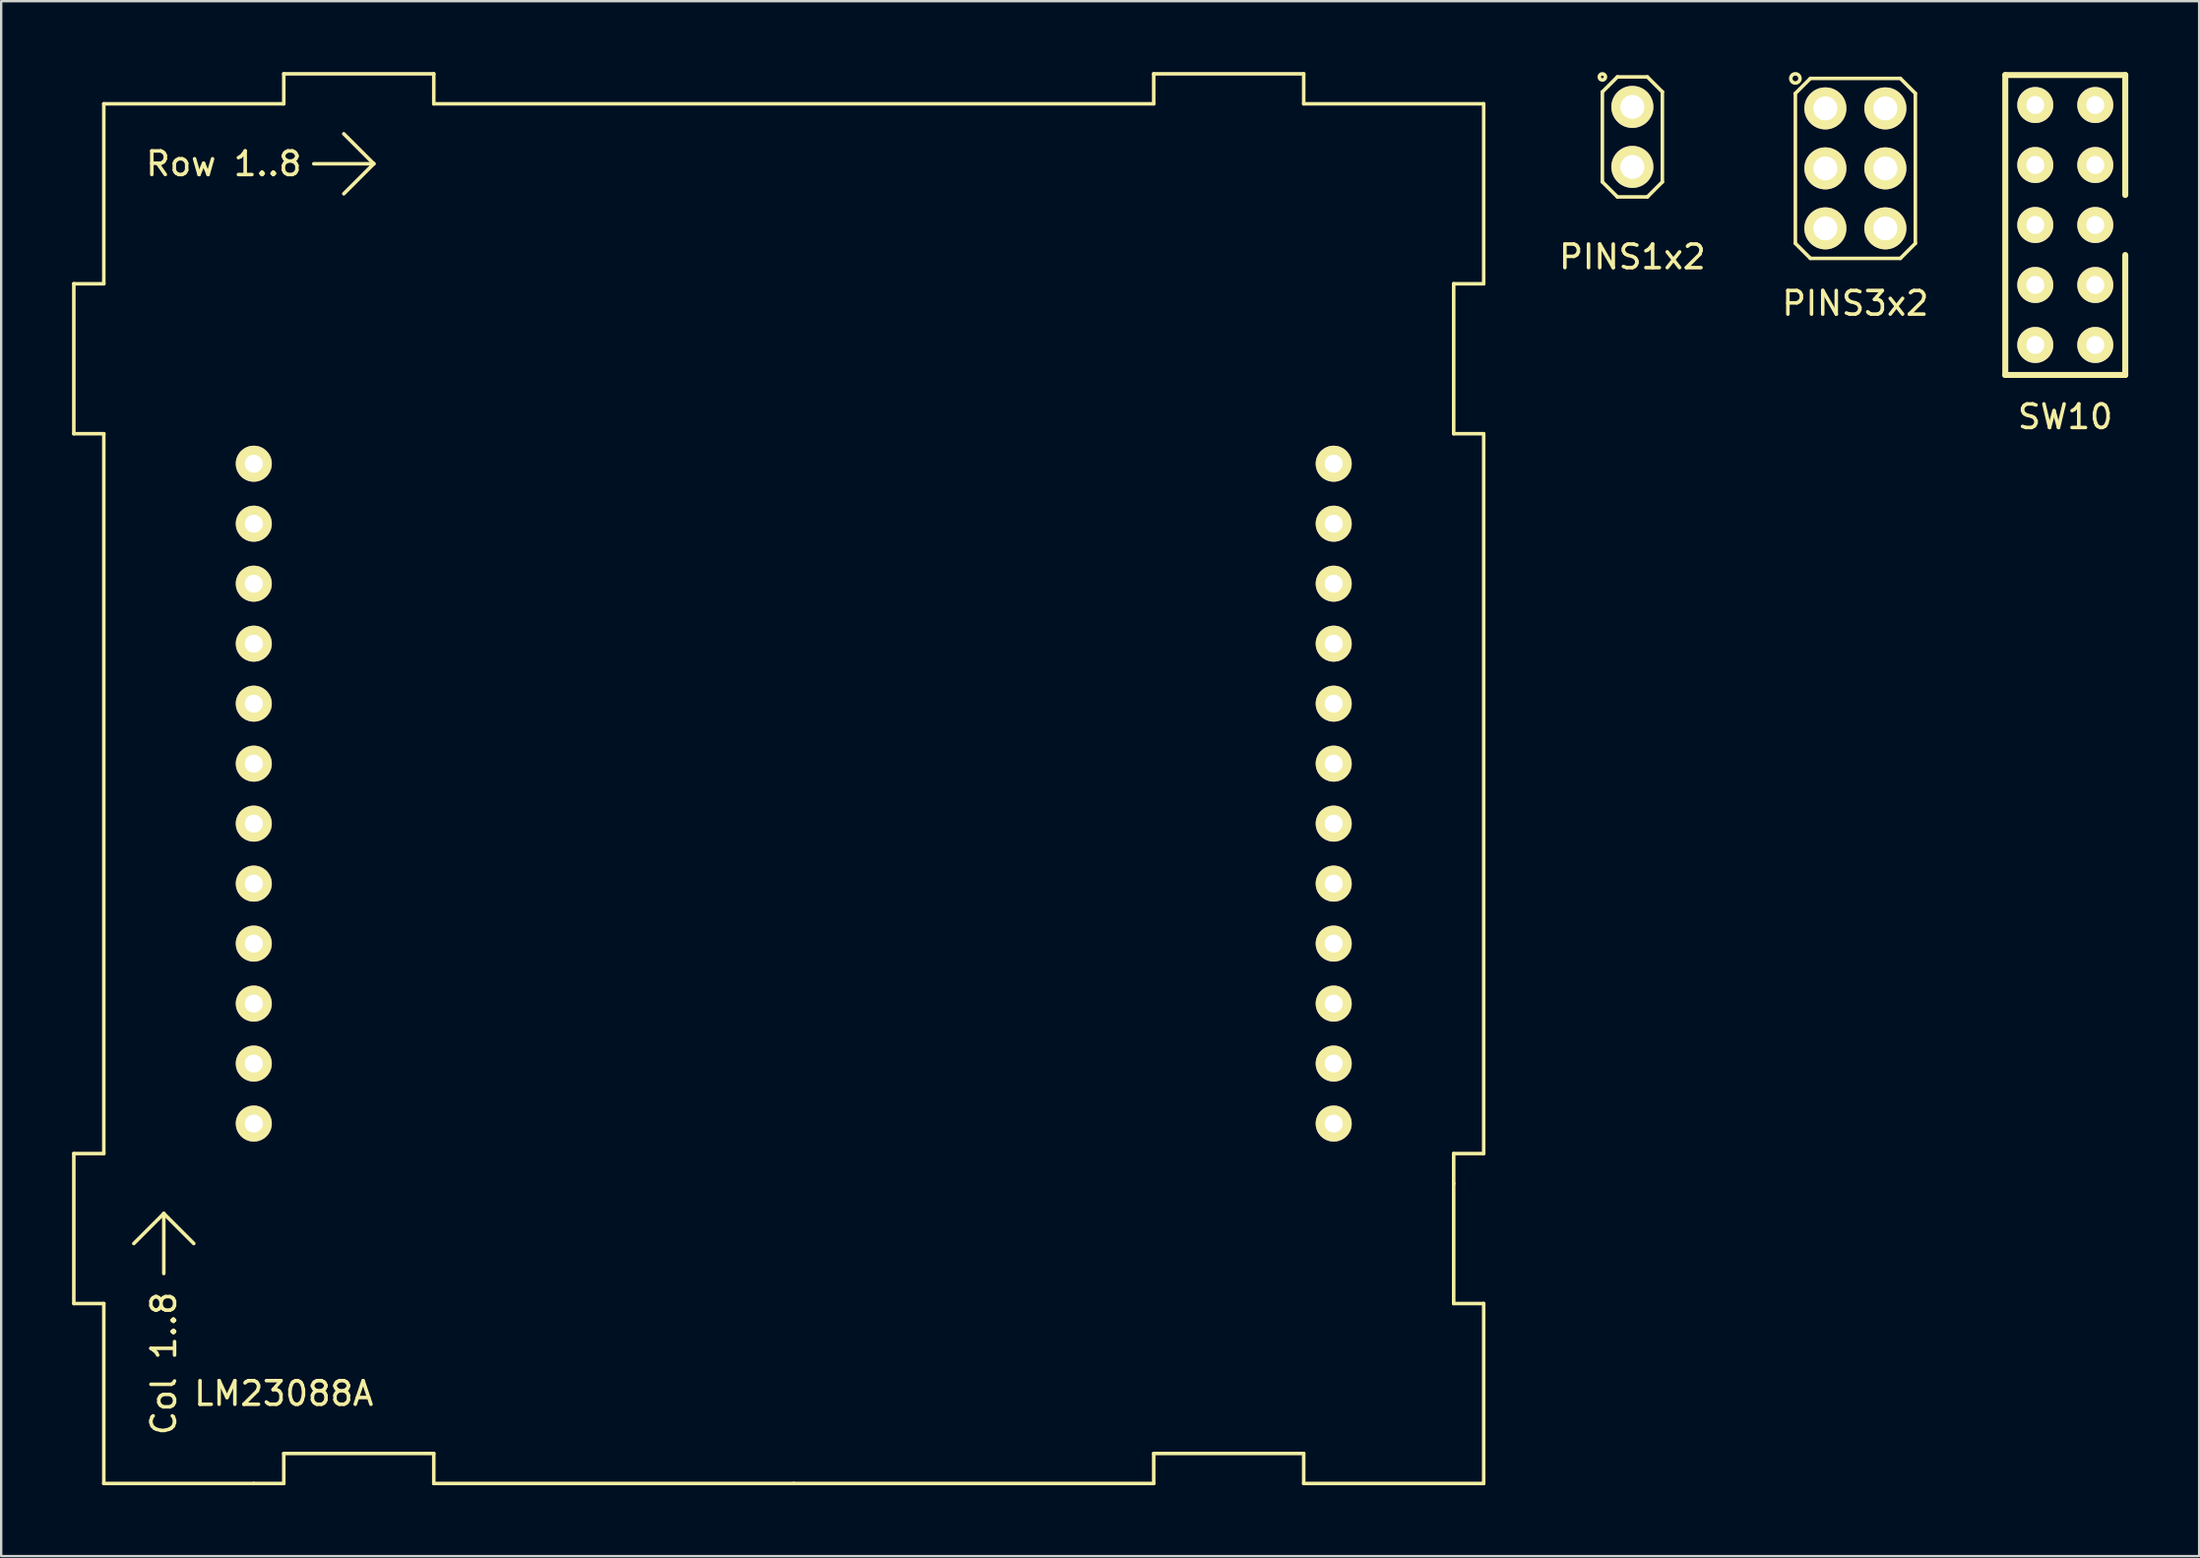
<source format=kicad_pcb>
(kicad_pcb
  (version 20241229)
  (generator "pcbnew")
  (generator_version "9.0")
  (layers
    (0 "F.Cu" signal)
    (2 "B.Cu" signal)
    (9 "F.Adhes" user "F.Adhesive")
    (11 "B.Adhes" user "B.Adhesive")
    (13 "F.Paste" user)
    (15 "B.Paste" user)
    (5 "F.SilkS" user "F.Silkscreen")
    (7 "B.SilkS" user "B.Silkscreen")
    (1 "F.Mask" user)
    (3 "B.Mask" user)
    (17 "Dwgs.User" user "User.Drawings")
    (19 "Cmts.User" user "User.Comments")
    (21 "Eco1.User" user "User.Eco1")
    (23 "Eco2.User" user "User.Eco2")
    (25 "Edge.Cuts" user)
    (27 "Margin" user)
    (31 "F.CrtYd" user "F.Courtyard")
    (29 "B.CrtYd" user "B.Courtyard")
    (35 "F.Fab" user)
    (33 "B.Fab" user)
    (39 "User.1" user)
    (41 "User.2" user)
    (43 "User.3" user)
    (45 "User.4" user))
  (footprint "SW10"
    (layer "F.Cu")
    (at 84.388 14.097)
    (property "Reference" "SW10" (at 0 0.5 0) (layer "F.SilkS") (effects (font (size 1 1) (thickness 0.15))))
    (attr through_hole)
    (fp_line (start -2.54 -13.97) (end -2.54 -1.27) (stroke (width 0.254) (type solid)) (layer "F.SilkS"))
    (fp_line (start -2.54 -1.27) (end 2.54 -1.27) (stroke (width 0.254) (type solid)) (layer "F.SilkS"))
    (fp_line (start 2.54 -13.97) (end -2.54 -13.97) (stroke (width 0.254) (type solid)) (layer "F.SilkS"))
    (fp_line (start 2.54 -8.89) (end 2.54 -13.97) (stroke (width 0.254) (type solid)) (layer "F.SilkS"))
    (fp_line (start 2.54 -1.27) (end 2.54 -6.35) (stroke (width 0.254) (type solid)) (layer "F.SilkS"))
    (pad "1" thru_hole circle (at -1.27 -12.7) (size 1.524 1.524) (drill 0.762) (layers "*.Cu" "*.Mask" "F.SilkS"))
    (pad "2" thru_hole circle (at -1.27 -10.16) (size 1.524 1.524) (drill 0.762) (layers "*.Cu" "*.Mask" "F.SilkS"))
    (pad "3" thru_hole circle (at -1.27 -7.62) (size 1.524 1.524) (drill 0.762) (layers "*.Cu" "*.Mask" "F.SilkS"))
    (pad "4" thru_hole circle (at -1.27 -5.08) (size 1.524 1.524) (drill 0.762) (layers "*.Cu" "*.Mask" "F.SilkS"))
    (pad "5" thru_hole circle (at -1.27 -2.54) (size 1.524 1.524) (drill 0.762) (layers "*.Cu" "*.Mask" "F.SilkS"))
    (pad "6" thru_hole circle (at 1.27 -2.54) (size 1.524 1.524) (drill 0.762) (layers "*.Cu" "*.Mask" "F.SilkS"))
    (pad "7" thru_hole circle (at 1.27 -5.08) (size 1.524 1.524) (drill 0.762) (layers "*.Cu" "*.Mask" "F.SilkS"))
    (pad "8" thru_hole circle (at 1.27 -7.62) (size 1.524 1.524) (drill 0.762) (layers "*.Cu" "*.Mask" "F.SilkS"))
    (pad "9" thru_hole circle (at 1.27 -10.16) (size 1.524 1.524) (drill 0.762) (layers "*.Cu" "*.Mask" "F.SilkS"))
    (pad "10" thru_hole circle (at 1.27 -12.7) (size 1.524 1.524) (drill 0.762) (layers "*.Cu" "*.Mask" "F.SilkS")))
  (footprint "LM23088A"
    (layer "F.Cu")
    (at 30.555 34.365)
    (property "Reference" "LM23088A" (at -21.59 21.59 180) (layer "F.SilkS") (effects (font (size 1 1) (thickness 0.15))))
    (attr through_hole)
    (fp_line (start -30.48 -25.4) (end -30.48 -19.05) (stroke (width 0.15) (type solid)) (layer "F.SilkS"))
    (fp_line (start -30.48 -19.05) (end -29.21 -19.05) (stroke (width 0.15) (type solid)) (layer "F.SilkS"))
    (fp_line (start -30.48 11.43) (end -29.21 11.43) (stroke (width 0.15) (type solid)) (layer "F.SilkS"))
    (fp_line (start -30.48 17.78) (end -30.48 11.43) (stroke (width 0.15) (type solid)) (layer "F.SilkS"))
    (fp_line (start -29.21 -33.02) (end -21.59 -33.02) (stroke (width 0.15) (type solid)) (layer "F.SilkS"))
    (fp_line (start -29.21 -25.4) (end -30.48 -25.4) (stroke (width 0.15) (type solid)) (layer "F.SilkS"))
    (fp_line (start -29.21 -25.4) (end -29.21 -33.02) (stroke (width 0.15) (type solid)) (layer "F.SilkS"))
    (fp_line (start -29.21 11.43) (end -29.21 -19.05) (stroke (width 0.15) (type solid)) (layer "F.SilkS"))
    (fp_line (start -29.21 17.78) (end -30.48 17.78) (stroke (width 0.15) (type solid)) (layer "F.SilkS"))
    (fp_line (start -29.21 25.4) (end -29.21 17.78) (stroke (width 0.15) (type solid)) (layer "F.SilkS"))
    (fp_line (start -26.67 13.97) (end -27.94 15.24) (stroke (width 0.15) (type solid)) (layer "F.SilkS"))
    (fp_line (start -26.67 13.97) (end -25.4 15.24) (stroke (width 0.15) (type solid)) (layer "F.SilkS"))
    (fp_line (start -26.67 16.51) (end -26.67 13.97) (stroke (width 0.15) (type solid)) (layer "F.SilkS"))
    (fp_line (start -22.86 25.4) (end -29.21 25.4) (stroke (width 0.15) (type solid)) (layer "F.SilkS"))
    (fp_line (start -22.86 25.4) (end -21.59 25.4) (stroke (width 0.15) (type solid)) (layer "F.SilkS"))
    (fp_line (start -21.59 -34.29) (end -21.59 -33.02) (stroke (width 0.15) (type solid)) (layer "F.SilkS"))
    (fp_line (start -21.59 24.13) (end -15.24 24.13) (stroke (width 0.15) (type solid)) (layer "F.SilkS"))
    (fp_line (start -21.59 25.4) (end -21.59 24.13) (stroke (width 0.15) (type solid)) (layer "F.SilkS"))
    (fp_line (start -20.32 -30.48) (end -17.78 -30.48) (stroke (width 0.15) (type solid)) (layer "F.SilkS"))
    (fp_line (start -17.78 -30.48) (end -19.05 -31.75) (stroke (width 0.15) (type solid)) (layer "F.SilkS"))
    (fp_line (start -17.78 -30.48) (end -19.05 -29.21) (stroke (width 0.15) (type solid)) (layer "F.SilkS"))
    (fp_line (start -15.24 -34.29) (end -21.59 -34.29) (stroke (width 0.15) (type solid)) (layer "F.SilkS"))
    (fp_line (start -15.24 -33.02) (end -15.24 -34.29) (stroke (width 0.15) (type solid)) (layer "F.SilkS"))
    (fp_line (start -15.24 -33.02) (end 15.24 -33.02) (stroke (width 0.15) (type solid)) (layer "F.SilkS"))
    (fp_line (start -15.24 24.13) (end -15.24 25.4) (stroke (width 0.15) (type solid)) (layer "F.SilkS"))
    (fp_line (start -15.24 25.4) (end 0 25.4) (stroke (width 0.15) (type solid)) (layer "F.SilkS"))
    (fp_line (start 15.24 -34.29) (end 15.24 -33.02) (stroke (width 0.15) (type solid)) (layer "F.SilkS"))
    (fp_line (start 15.24 24.13) (end 15.24 25.4) (stroke (width 0.15) (type solid)) (layer "F.SilkS"))
    (fp_line (start 15.24 25.4) (end 0 25.4) (stroke (width 0.15) (type solid)) (layer "F.SilkS"))
    (fp_line (start 21.59 -34.29) (end 15.24 -34.29) (stroke (width 0.15) (type solid)) (layer "F.SilkS"))
    (fp_line (start 21.59 -33.02) (end 21.59 -34.29) (stroke (width 0.15) (type solid)) (layer "F.SilkS"))
    (fp_line (start 21.59 -33.02) (end 29.21 -33.02) (stroke (width 0.15) (type solid)) (layer "F.SilkS"))
    (fp_line (start 21.59 24.13) (end 15.24 24.13) (stroke (width 0.15) (type solid)) (layer "F.SilkS"))
    (fp_line (start 21.59 25.4) (end 21.59 24.13) (stroke (width 0.15) (type solid)) (layer "F.SilkS"))
    (fp_line (start 21.59 25.4) (end 29.21 25.4) (stroke (width 0.15) (type solid)) (layer "F.SilkS"))
    (fp_line (start 27.94 -25.4) (end 27.94 -19.05) (stroke (width 0.15) (type solid)) (layer "F.SilkS"))
    (fp_line (start 27.94 -19.05) (end 29.21 -19.05) (stroke (width 0.15) (type solid)) (layer "F.SilkS"))
    (fp_line (start 27.94 11.43) (end 29.21 11.43) (stroke (width 0.15) (type solid)) (layer "F.SilkS"))
    (fp_line (start 27.94 12.7) (end 27.94 11.43) (stroke (width 0.15) (type solid)) (layer "F.SilkS"))
    (fp_line (start 27.94 17.78) (end 27.94 12.7) (stroke (width 0.15) (type solid)) (layer "F.SilkS"))
    (fp_line (start 29.21 -25.4) (end 27.94 -25.4) (stroke (width 0.15) (type solid)) (layer "F.SilkS"))
    (fp_line (start 29.21 -25.4) (end 29.21 -33.02) (stroke (width 0.15) (type solid)) (layer "F.SilkS"))
    (fp_line (start 29.21 -19.05) (end 29.21 11.43) (stroke (width 0.15) (type solid)) (layer "F.SilkS"))
    (fp_line (start 29.21 17.78) (end 27.94 17.78) (stroke (width 0.15) (type solid)) (layer "F.SilkS"))
    (fp_line (start 29.21 17.78) (end 29.21 25.4) (stroke (width 0.15) (type solid)) (layer "F.SilkS"))
    (fp_text user "Col 1..8" (at -26.67 20.32 90) (layer "F.SilkS") (effects (font (size 1 1) (thickness 0.15))))
    (fp_text user "Row 1..8" (at -24.13 -30.48 0) (layer "F.SilkS") (effects (font (size 1 1) (thickness 0.15))))
    (pad "1" thru_hole circle (at 22.86 10.16 90) (size 1.524 1.524) (drill 0.762) (layers "*.Cu" "*.Mask" "F.SilkS"))
    (pad "2" thru_hole circle (at 22.86 7.62 90) (size 1.524 1.524) (drill 0.762) (layers "*.Cu" "*.Mask" "F.SilkS"))
    (pad "3" thru_hole circle (at 22.86 5.08 90) (size 1.524 1.524) (drill 0.762) (layers "*.Cu" "*.Mask" "F.SilkS"))
    (pad "4" thru_hole circle (at 22.86 2.54 90) (size 1.524 1.524) (drill 0.762) (layers "*.Cu" "*.Mask" "F.SilkS"))
    (pad "5" thru_hole circle (at 22.86 0 90) (size 1.524 1.524) (drill 0.762) (layers "*.Cu" "*.Mask" "F.SilkS"))
    (pad "6" thru_hole circle (at 22.86 -2.54 90) (size 1.524 1.524) (drill 0.762) (layers "*.Cu" "*.Mask" "F.SilkS"))
    (pad "7" thru_hole circle (at 22.86 -5.08 90) (size 1.524 1.524) (drill 0.762) (layers "*.Cu" "*.Mask" "F.SilkS"))
    (pad "8" thru_hole circle (at 22.86 -7.62 90) (size 1.524 1.524) (drill 0.762) (layers "*.Cu" "*.Mask" "F.SilkS"))
    (pad "9" thru_hole circle (at 22.86 -10.16 90) (size 1.524 1.524) (drill 0.762) (layers "*.Cu" "*.Mask" "F.SilkS"))
    (pad "10" thru_hole circle (at 22.86 -12.7 90) (size 1.524 1.524) (drill 0.762) (layers "*.Cu" "*.Mask" "F.SilkS"))
    (pad "11" thru_hole circle (at 22.86 -15.24 90) (size 1.524 1.524) (drill 0.762) (layers "*.Cu" "*.Mask" "F.SilkS"))
    (pad "12" thru_hole circle (at 22.86 -17.78 90) (size 1.524 1.524) (drill 0.762) (layers "*.Cu" "*.Mask" "F.SilkS"))
    (pad "13" thru_hole circle (at -22.86 -17.78 90) (size 1.524 1.524) (drill 0.762) (layers "*.Cu" "*.Mask" "F.SilkS"))
    (pad "14" thru_hole circle (at -22.86 -15.24 90) (size 1.524 1.524) (drill 0.762) (layers "*.Cu" "*.Mask" "F.SilkS"))
    (pad "15" thru_hole circle (at -22.86 -12.7 90) (size 1.524 1.524) (drill 0.762) (layers "*.Cu" "*.Mask" "F.SilkS"))
    (pad "16" thru_hole circle (at -22.86 -10.16 90) (size 1.524 1.524) (drill 0.762) (layers "*.Cu" "*.Mask" "F.SilkS"))
    (pad "17" thru_hole circle (at -22.86 -7.62 90) (size 1.524 1.524) (drill 0.762) (layers "*.Cu" "*.Mask" "F.SilkS"))
    (pad "18" thru_hole circle (at -22.86 -5.08 90) (size 1.524 1.524) (drill 0.762) (layers "*.Cu" "*.Mask" "F.SilkS"))
    (pad "19" thru_hole circle (at -22.86 -2.54 90) (size 1.524 1.524) (drill 0.762) (layers "*.Cu" "*.Mask" "F.SilkS"))
    (pad "20" thru_hole circle (at -22.86 0 90) (size 1.524 1.524) (drill 0.762) (layers "*.Cu" "*.Mask" "F.SilkS"))
    (pad "21" thru_hole circle (at -22.86 2.54 90) (size 1.524 1.524) (drill 0.762) (layers "*.Cu" "*.Mask" "F.SilkS"))
    (pad "22" thru_hole circle (at -22.86 5.08 90) (size 1.524 1.524) (drill 0.762) (layers "*.Cu" "*.Mask" "F.SilkS"))
    (pad "23" thru_hole circle (at -22.86 7.62 90) (size 1.524 1.524) (drill 0.762) (layers "*.Cu" "*.Mask" "F.SilkS"))
    (pad "24" thru_hole circle (at -22.86 10.16 90) (size 1.524 1.524) (drill 0.762) (layers "*.Cu" "*.Mask" "F.SilkS")))
  (footprint "PINS1x2"
    (layer "F.Cu")
    (at 66.06 6.557)
    (property "Reference" "PINS1x2" (at 0 1.27 0) (layer "F.SilkS") (effects (font (size 1 1) (thickness 0.15))))
    (attr through_hole)
    (fp_line (start -1.27 -5.715) (end -0.635 -6.35) (stroke (width 0.15) (type solid)) (layer "F.SilkS"))
    (fp_line (start -1.27 -1.905) (end -1.27 -5.715) (stroke (width 0.15) (type solid)) (layer "F.SilkS"))
    (fp_line (start -0.635 -6.35) (end 0.635 -6.35) (stroke (width 0.15) (type solid)) (layer "F.SilkS"))
    (fp_line (start -0.635 -1.27) (end -1.27 -1.905) (stroke (width 0.15) (type solid)) (layer "F.SilkS"))
    (fp_line (start 0.635 -6.35) (end 1.27 -5.715) (stroke (width 0.15) (type solid)) (layer "F.SilkS"))
    (fp_line (start 0.635 -1.27) (end -0.635 -1.27) (stroke (width 0.15) (type solid)) (layer "F.SilkS"))
    (fp_line (start 1.27 -5.715) (end 1.27 -1.905) (stroke (width 0.15) (type solid)) (layer "F.SilkS"))
    (fp_line (start 1.27 -1.905) (end 0.635 -1.27) (stroke (width 0.15) (type solid)) (layer "F.SilkS"))
    (fp_circle (center -1.27 -6.35) (end -1.146 -6.306) (stroke (width 0.15) (type solid)) (fill no) (layer "F.SilkS"))
    (pad "1" thru_hole circle (at 0 -5.08) (size 1.778 1.778) (drill 1.016) (layers "*.Cu" "*.Mask" "F.SilkS"))
    (pad "2" thru_hole circle (at 0 -2.54) (size 1.778 1.778) (drill 1.016) (layers "*.Cu" "*.Mask" "F.SilkS")))
  (footprint "PINS3x2"
    (layer "F.Cu")
    (at 75.501 8.525)
    (property "Reference" "PINS3x2" (at 0 1.27 0) (layer "F.SilkS") (effects (font (size 1 1) (thickness 0.15))))
    (attr through_hole)
    (fp_line (start -2.54 -7.62) (end -1.905 -8.255) (stroke (width 0.15) (type solid)) (layer "F.SilkS"))
    (fp_line (start -2.54 -1.27) (end -2.54 -7.62) (stroke (width 0.15) (type solid)) (layer "F.SilkS"))
    (fp_line (start -1.905 -8.255) (end 1.905 -8.255) (stroke (width 0.15) (type solid)) (layer "F.SilkS"))
    (fp_line (start -1.905 -0.635) (end -2.54 -1.27) (stroke (width 0.15) (type solid)) (layer "F.SilkS"))
    (fp_line (start 1.905 -8.255) (end 2.54 -7.62) (stroke (width 0.15) (type solid)) (layer "F.SilkS"))
    (fp_line (start 1.905 -0.635) (end -1.905 -0.635) (stroke (width 0.15) (type solid)) (layer "F.SilkS"))
    (fp_line (start 2.54 -7.62) (end 2.54 -1.27) (stroke (width 0.15) (type solid)) (layer "F.SilkS"))
    (fp_line (start 2.54 -1.27) (end 1.905 -0.635) (stroke (width 0.15) (type solid)) (layer "F.SilkS"))
    (fp_circle (center -2.54 -8.255) (end -2.346 -8.237) (stroke (width 0.15) (type solid)) (fill no) (layer "F.SilkS"))
    (pad "1" thru_hole circle (at -1.27 -6.985) (size 1.778 1.778) (drill 1.016) (layers "*.Cu" "*.Mask" "F.SilkS"))
    (pad "2" thru_hole circle (at 1.27 -6.985) (size 1.778 1.778) (drill 1.016) (layers "*.Cu" "*.Mask" "F.SilkS"))
    (pad "3" thru_hole circle (at -1.27 -4.445) (size 1.778 1.778) (drill 1.016) (layers "*.Cu" "*.Mask" "F.SilkS"))
    (pad "4" thru_hole circle (at 1.27 -4.445) (size 1.778 1.778) (drill 1.016) (layers "*.Cu" "*.Mask" "F.SilkS"))
    (pad "5" thru_hole circle (at -1.27 -1.905) (size 1.778 1.778) (drill 1.016) (layers "*.Cu" "*.Mask" "F.SilkS"))
    (pad "6" thru_hole circle (at 1.27 -1.905) (size 1.778 1.778) (drill 1.016) (layers "*.Cu" "*.Mask" "F.SilkS")))
  (gr_rect
    (start -3 -3)
    (end 90.055 62.84)
    (stroke (width 0.1) (type default))
    (fill no)
    (layer "Edge.Cuts")))
</source>
